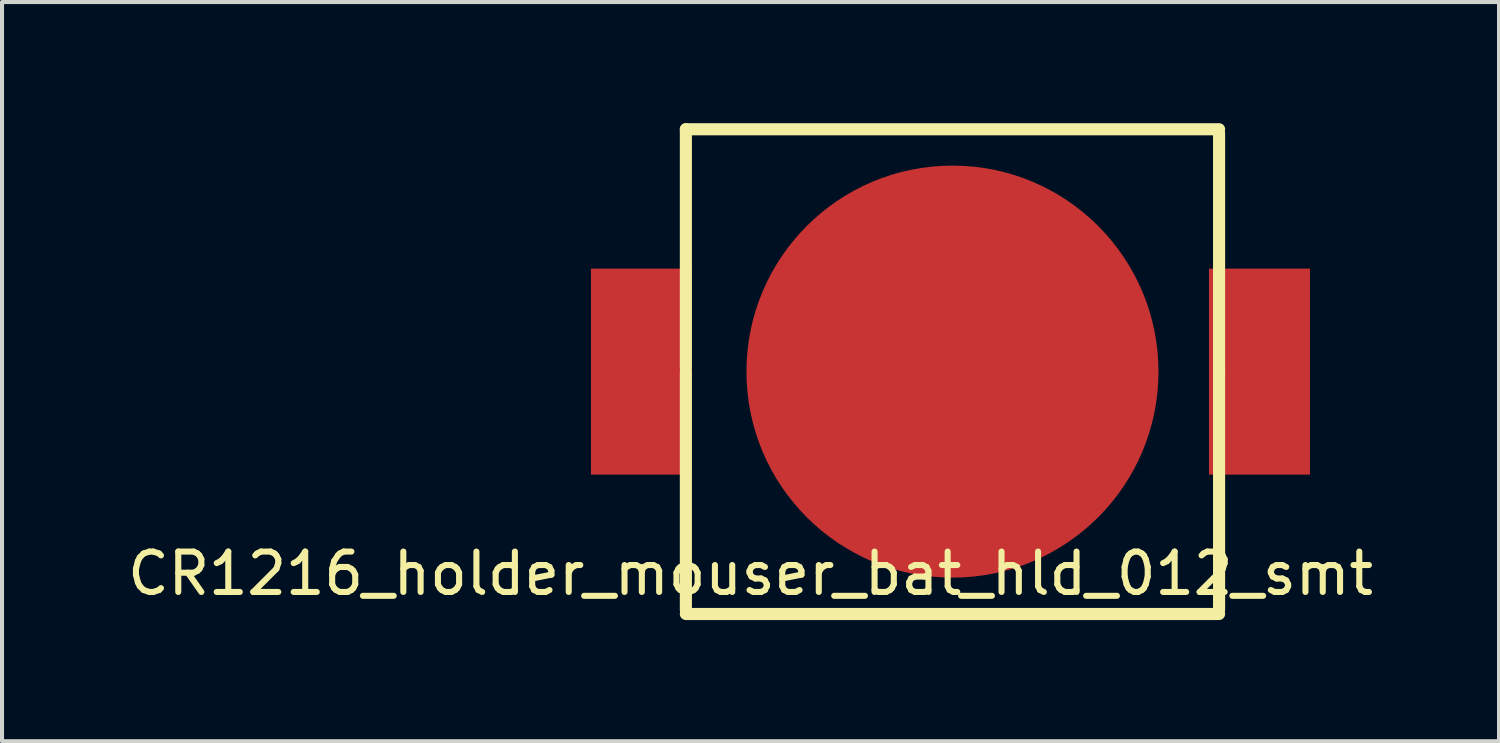
<source format=kicad_pcb>
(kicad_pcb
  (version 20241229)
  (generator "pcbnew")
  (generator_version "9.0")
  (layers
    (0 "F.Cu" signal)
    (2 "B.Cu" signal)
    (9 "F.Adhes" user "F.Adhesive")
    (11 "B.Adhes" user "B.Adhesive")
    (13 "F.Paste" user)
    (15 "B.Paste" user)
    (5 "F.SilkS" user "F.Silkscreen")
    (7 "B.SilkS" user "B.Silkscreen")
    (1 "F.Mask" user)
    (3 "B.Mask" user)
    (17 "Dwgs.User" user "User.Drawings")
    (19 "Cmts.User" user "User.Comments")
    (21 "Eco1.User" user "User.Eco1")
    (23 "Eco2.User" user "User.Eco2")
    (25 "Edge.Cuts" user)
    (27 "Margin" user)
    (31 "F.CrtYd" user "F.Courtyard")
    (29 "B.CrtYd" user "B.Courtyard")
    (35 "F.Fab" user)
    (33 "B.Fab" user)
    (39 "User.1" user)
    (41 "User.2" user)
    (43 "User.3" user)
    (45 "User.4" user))
  (footprint "CR1216_holder_mouser_bat_hld_012_smt"
    (layer "F.Cu")
    (at 20.53 6.15)
    (property "Reference" "CR1216_holder_mouser_bat_hld_012_smt" (at -5 5 0) (layer "F.SilkS") (effects (font (size 1 1) (thickness 0.15))))
    (attr through_hole)
    (fp_line (start -6.6 -0.1) (end -6.6 -6) (stroke (width 0.3) (type solid)) (layer "F.SilkS"))
    (fp_line (start -6.6 5.9) (end -6.6 0) (stroke (width 0.3) (type solid)) (layer "F.SilkS"))
    (fp_line (start -6.6 6) (end 6.6 6) (stroke (width 0.3) (type solid)) (layer "F.SilkS"))
    (fp_line (start 6.6 -6) (end -6.6 -6) (stroke (width 0.3) (type solid)) (layer "F.SilkS"))
    (fp_line (start 6.6 0) (end 6.6 -5.9) (stroke (width 0.3) (type solid)) (layer "F.SilkS"))
    (fp_line (start 6.6 5.9) (end 6.6 0) (stroke (width 0.3) (type solid)) (layer "F.SilkS"))
    (pad "1" smd rect (at -7.7 0) (size 2.5 5.1) (layers "F.Cu" "F.Mask" "F.Paste"))
    (pad "1" smd rect (at 7.6 0) (size 2.5 5.1) (layers "F.Cu" "F.Mask" "F.Paste"))
    (pad "2" smd circle (at 0 0) (size 10.2 10.2) (layers "F.Cu" "F.Mask" "F.Paste")))
  (gr_rect
    (start -3 -3)
    (end 34.06 15.3)
    (stroke (width 0.1) (type default))
    (fill no)
    (layer "Edge.Cuts")))
</source>
